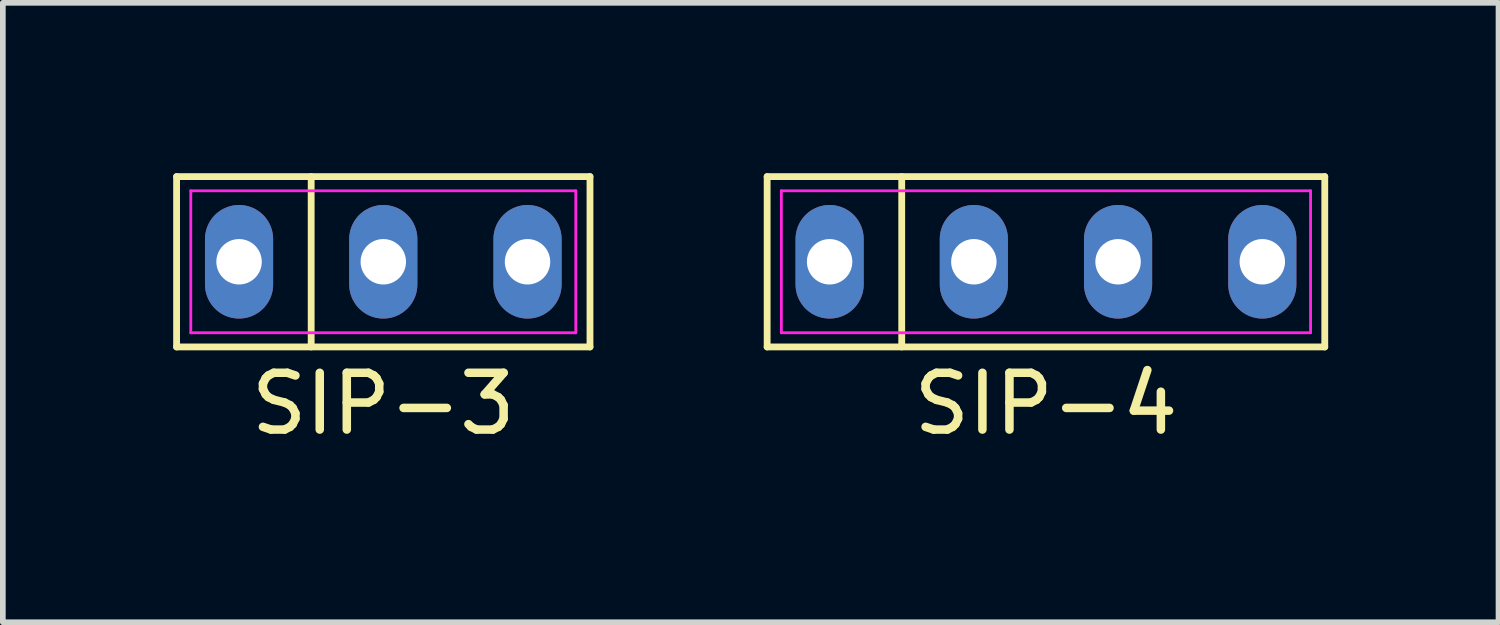
<source format=kicad_pcb>
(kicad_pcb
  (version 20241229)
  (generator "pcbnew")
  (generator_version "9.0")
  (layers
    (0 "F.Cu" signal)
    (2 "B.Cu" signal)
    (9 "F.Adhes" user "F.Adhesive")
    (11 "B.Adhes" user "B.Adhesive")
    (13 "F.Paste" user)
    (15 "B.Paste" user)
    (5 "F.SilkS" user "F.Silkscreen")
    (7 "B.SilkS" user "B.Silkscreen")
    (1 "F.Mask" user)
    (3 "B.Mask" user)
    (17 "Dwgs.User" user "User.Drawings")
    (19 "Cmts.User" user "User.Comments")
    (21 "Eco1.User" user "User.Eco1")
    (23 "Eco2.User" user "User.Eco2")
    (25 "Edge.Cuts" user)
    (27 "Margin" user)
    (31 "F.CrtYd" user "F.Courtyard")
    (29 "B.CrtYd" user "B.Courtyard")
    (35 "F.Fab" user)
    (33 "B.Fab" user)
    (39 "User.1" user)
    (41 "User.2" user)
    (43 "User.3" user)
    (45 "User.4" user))
  (footprint "SIP-3"
    (layer "F.Cu")
    (at 3.7 1.56)
    (property "Reference" "SIP-3" (at 0 2.5 0) (layer "F.SilkS") (effects (font (size 1 1) (thickness 0.15))))
    (fp_line (start -3.64 -1.5) (end 3.64 -1.5) (stroke (width 0.12) (type default)) (layer "F.SilkS"))
    (fp_line (start -3.64 1.5) (end -3.64 -1.5) (stroke (width 0.12) (type default)) (layer "F.SilkS"))
    (fp_line (start -1.27 -1.5) (end -1.27 1.5) (stroke (width 0.12) (type default)) (layer "F.SilkS"))
    (fp_line (start 3.64 -1.5) (end 3.64 1.5) (stroke (width 0.12) (type default)) (layer "F.SilkS"))
    (fp_line (start 3.64 1.5) (end -3.64 1.5) (stroke (width 0.12) (type default)) (layer "F.SilkS"))
    (fp_line (start -3.39 -1.25) (end 3.39 -1.25) (stroke (width 0.05) (type default)) (layer "F.CrtYd"))
    (fp_line (start -3.39 1.25) (end -3.39 -1.25) (stroke (width 0.05) (type default)) (layer "F.CrtYd"))
    (fp_line (start 3.39 -1.25) (end 3.39 1.25) (stroke (width 0.05) (type default)) (layer "F.CrtYd"))
    (fp_line (start 3.39 1.25) (end -3.39 1.25) (stroke (width 0.05) (type default)) (layer "F.CrtYd"))
    (pad "1" thru_hole oval (at -2.54 0) (size 1.2 2) (drill 0.8) (layers "*.Cu" "*.Mask"))
    (pad "2" thru_hole oval (at 0 0) (size 1.2 2) (drill 0.8) (layers "*.Cu" "*.Mask"))
    (pad "3" thru_hole oval (at 2.54 0) (size 1.2 2) (drill 0.8) (layers "*.Cu" "*.Mask")))
  (footprint "SIP-4"
    (layer "F.Cu")
    (at 15.37 1.56)
    (property "Reference" "SIP-4" (at 0 2.5 0) (layer "F.SilkS") (effects (font (size 1 1) (thickness 0.15))))
    (fp_line (start -4.91 -1.5) (end 4.91 -1.5) (stroke (width 0.12) (type default)) (layer "F.SilkS"))
    (fp_line (start -4.91 1.5) (end -4.91 -1.5) (stroke (width 0.12) (type default)) (layer "F.SilkS"))
    (fp_line (start -2.54 -1.5) (end -2.54 1.5) (stroke (width 0.12) (type default)) (layer "F.SilkS"))
    (fp_line (start 4.91 -1.5) (end 4.91 1.5) (stroke (width 0.12) (type default)) (layer "F.SilkS"))
    (fp_line (start 4.91 1.5) (end -4.91 1.5) (stroke (width 0.12) (type default)) (layer "F.SilkS"))
    (fp_line (start -4.66 -1.25) (end 4.66 -1.25) (stroke (width 0.05) (type default)) (layer "F.CrtYd"))
    (fp_line (start -4.66 1.25) (end -4.66 -1.25) (stroke (width 0.05) (type default)) (layer "F.CrtYd"))
    (fp_line (start 4.66 -1.25) (end 4.66 1.25) (stroke (width 0.05) (type default)) (layer "F.CrtYd"))
    (fp_line (start 4.66 1.25) (end -4.66 1.25) (stroke (width 0.05) (type default)) (layer "F.CrtYd"))
    (pad "1" thru_hole oval (at -3.81 0) (size 1.2 2) (drill 0.8) (layers "*.Cu" "*.Mask"))
    (pad "2" thru_hole oval (at -1.27 0) (size 1.2 2) (drill 0.8) (layers "*.Cu" "*.Mask"))
    (pad "3" thru_hole oval (at 1.27 0) (size 1.2 2) (drill 0.8) (layers "*.Cu" "*.Mask"))
    (pad "4" thru_hole oval (at 3.81 0) (size 1.2 2) (drill 0.8) (layers "*.Cu" "*.Mask")))
  (gr_rect
    (start -3 -3)
    (end 23.34 7.908)
    (stroke (width 0.1) (type default))
    (fill no)
    (layer "Edge.Cuts")))
</source>
